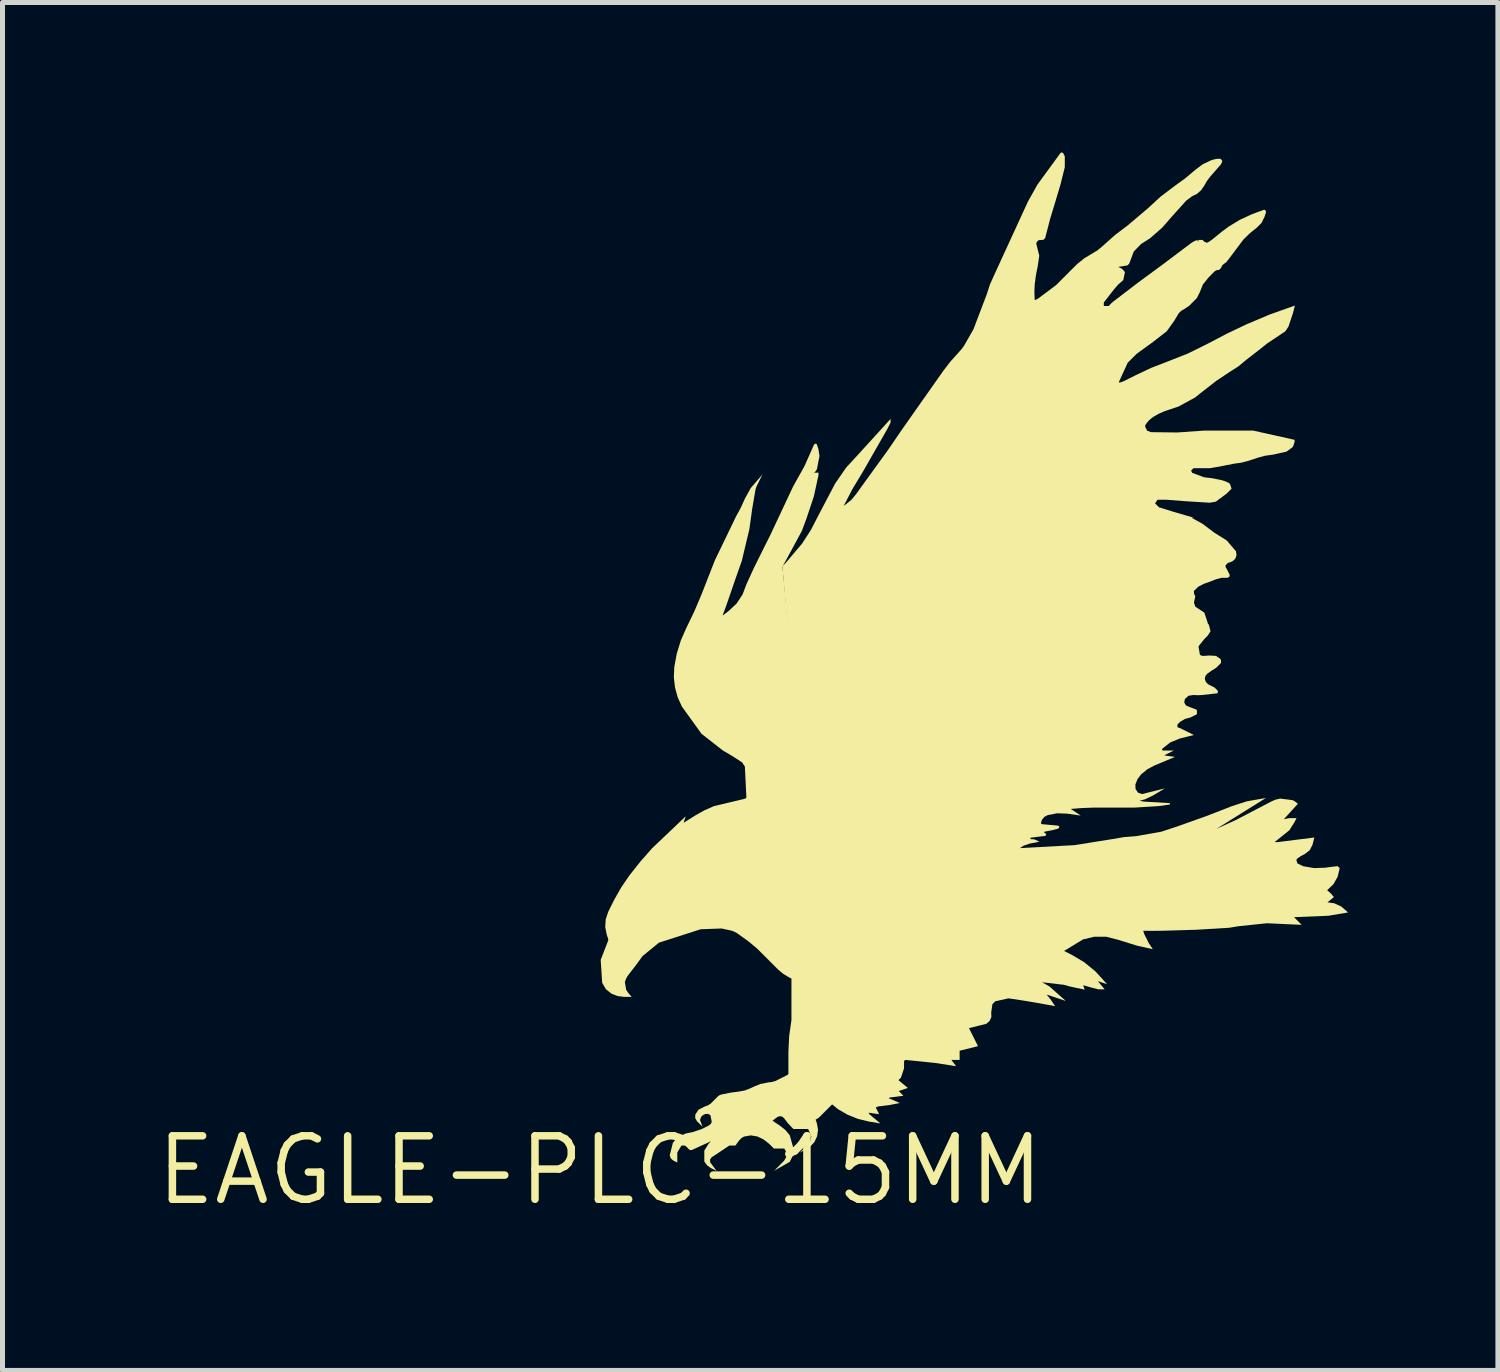
<source format=kicad_pcb>
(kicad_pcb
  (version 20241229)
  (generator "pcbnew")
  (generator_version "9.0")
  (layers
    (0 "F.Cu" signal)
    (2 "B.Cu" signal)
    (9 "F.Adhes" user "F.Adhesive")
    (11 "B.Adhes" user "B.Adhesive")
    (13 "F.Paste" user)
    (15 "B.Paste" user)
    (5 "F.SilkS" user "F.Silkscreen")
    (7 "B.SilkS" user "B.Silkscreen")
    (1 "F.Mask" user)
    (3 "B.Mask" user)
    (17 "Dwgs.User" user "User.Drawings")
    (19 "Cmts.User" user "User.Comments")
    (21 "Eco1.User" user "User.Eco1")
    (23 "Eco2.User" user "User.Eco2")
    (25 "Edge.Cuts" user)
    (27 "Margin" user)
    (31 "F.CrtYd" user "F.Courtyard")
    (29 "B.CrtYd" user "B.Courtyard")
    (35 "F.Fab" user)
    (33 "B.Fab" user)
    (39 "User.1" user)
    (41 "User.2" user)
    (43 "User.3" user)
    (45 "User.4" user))
  (footprint "EAGLE-PLC-15MM"
    (layer "F.Cu")
    (at 8.958 20.374)
    (property "Reference" "EAGLE-PLC-15MM" (at 0 0 0) (layer "F.SilkS") (effects (font (size 1.27 1.27) (thickness 0.15))))
    (fp_poly (pts (xy 0.695 -5.095) (xy 0.705 -5.096) (xy 0.737 -4.836) (xy 0.674 -4.736) (xy 0.576 -4.675) (xy 0.326 -4.675) (xy 0.283 -4.702) (xy 0.274 -4.715) (xy 0.251 -4.686) (xy 0.27 -4.723) (xy 0.256 -4.744) (xy 0.243 -4.825) (xy 0.256 -4.902) (xy 0.271 -4.9) (xy 0.26 -4.91) (xy 0.284 -4.937) (xy 0.304 -4.928) (xy 0.283 -4.959) (xy 0.317 -5.027) (xy 0.345 -5.075) (xy 0.381 -5.123) (xy 0.543 -5.187)) (stroke (width 0) (type solid)) (fill yes) (layer "F.SilkS"))
    (fp_poly (pts (xy 12.347 -6.839) (xy 12.351 -6.839) (xy 12.739 -7.017) (xy 13.43 -7.378) (xy 13.519 -7.418) (xy 13.616 -7.44) (xy 13.862 -7.409) (xy 13.914 -7.382) (xy 13.969 -7.336) (xy 13.689 -7.028) (xy 13.796 -7.049) (xy 13.942 -7.049) (xy 13.901 -6.967) (xy 13.798 -6.806) (xy 13.507 -6.572) (xy 13.506 -6.571) (xy 13.507 -6.568) (xy 13.556 -6.568) (xy 14.298 -6.661) (xy 14.263 -6.518) (xy 14.206 -6.406) (xy 14.106 -6.33) (xy 14.028 -6.289) (xy 13.959 -6.241) (xy 13.938 -6.213) (xy 13.96 -6.143) (xy 14.073 -6.087) (xy 14.293 -6.049) (xy 14.518 -6.057) (xy 14.637 -6.073) (xy 14.765 -6.088) (xy 14.806 -6.047) (xy 14.765 -5.875) (xy 14.681 -5.727) (xy 14.561 -5.612) (xy 14.558 -5.606) (xy 14.561 -5.601) (xy 14.625 -5.546) (xy 14.691 -5.469) (xy 14.56 -5.364) (xy 14.699 -5.344) (xy 14.837 -5.28) (xy 14.974 -5.161) (xy 14.581 -5.095) (xy 13.892 -5.067) (xy 14.046 -4.913) (xy 13.347 -4.945) (xy 12.778 -4.885) (xy 12.597 -4.855) (xy 11.935 -4.815) (xy 11.273 -4.795) (xy 11.062 -4.793) (xy 10.873 -4.794) (xy 10.896 -4.725) (xy 10.985 -4.547) (xy 11.015 -4.503) (xy 11.065 -4.426) (xy 10.758 -4.494) (xy 10.367 -4.615) (xy 10.132 -4.675) (xy 9.892 -4.675) (xy 9.666 -4.62) (xy 9.289 -4.39) (xy 9.446 -4.312) (xy 9.694 -4.164) (xy 9.918 -3.981) (xy 10.15 -3.725) (xy 9.965 -3.787) (xy 10.102 -3.622) (xy 9.978 -3.622) (xy 9.856 -3.653) (xy 9.672 -3.705) (xy 9.702 -3.617) (xy 9.526 -3.653) (xy 9.405 -3.68) (xy 9.286 -3.713) (xy 8.849 -3.764) (xy 8.997 -3.68) (xy 9.323 -3.39) (xy 8.941 -3.517) (xy 9.03 -3.406) (xy 9.11 -3.286) (xy 8.745 -3.352) (xy 8.46 -3.4) (xy 8.177 -3.442) (xy 7.913 -3.383) (xy 7.855 -3.325) (xy 7.831 -3.156) (xy 7.835 -3.072) (xy 7.8 -2.99) (xy 7.733 -2.932) (xy 7.386 -2.846) (xy 7.567 -2.485) (xy 7.199 -2.393) (xy 7.199 -2.209) (xy 7.034 -2.209) (xy 7.128 -2.084) (xy 6.702 -2.15) (xy 6.108 -2.209) (xy 6.087 -2.188) (xy 6.087 -2.104) (xy 6.086 -2.074) (xy 6.087 -2.042) (xy 6.025 -1.856) (xy 5.974 -1.805) (xy 6.163 -1.648) (xy 5.98 -1.587) (xy 6.074 -1.492) (xy 5.806 -1.458) (xy 5.777 -1.444) (xy 6.002 -1.347) (xy 5.804 -1.308) (xy 5.565 -1.278) (xy 5.521 -1.256) (xy 5.587 -1.123) (xy 5.377 -1.153) (xy 5.393 -1.122) (xy 5.613 -0.938) (xy 5.378 -0.977) (xy 5.165 -1.029) (xy 4.961 -1.11) (xy 4.771 -1.22) (xy 4.615 -1.345) (xy 4.162 -6.418) (xy 8.386 -6.448) (xy 9.497 -6.508) (xy 10.248 -6.628) (xy 10.488 -6.669) (xy 10.73 -6.688) (xy 11.239 -6.778) (xy 11.598 -6.898) (xy 12.127 -7.086) (xy 12.65 -7.289) (xy 12.947 -7.385) (xy 13.33 -7.453)) (stroke (width 0) (type solid)) (fill yes) (layer "F.SilkS"))
    (fp_poly (pts (xy 4.342 -14.527) (xy 4.369 -14.445) (xy 4.371 -14.445) (xy 4.394 -14.297) (xy 4.343 -14.032) (xy 4.303 -13.974) (xy 4.264 -13.947) (xy 4.295 -13.963) (xy 4.374 -13.963) (xy 4.374 -13.916) (xy 4.283 -13.493) (xy 4.132 -13.041) (xy 4.042 -12.799) (xy 3.936 -12.603) (xy 3.831 -12.408) (xy 3.653 -12.081) (xy 4.312 -5.246) (xy 4.312 -5.246) (xy 4.313 -5.233) (xy 4.315 -5.216) (xy 4.315 -5.216) (xy 4.645 -1.317) (xy 4.399 -1.071) (xy 4.355 -1.035) (xy 4.317 -1.015) (xy 4.343 -0.936) (xy 4.365 -0.81) (xy 4.347 -0.682) (xy 4.293 -0.566) (xy 4.205 -0.471) (xy 3.998 -0.352) (xy 4.167 -0.521) (xy 4.215 -0.593) (xy 4.231 -0.675) (xy 4.168 -0.827) (xy 3.872 -0.827) (xy 3.837 -0.862) (xy 3.757 -0.949) (xy 3.686 -1.042) (xy 3.648 -1.075) (xy 3.601 -1.084) (xy 3.554 -1.069) (xy 3.453 -0.993) (xy 3.616 -0.884) (xy 3.717 -0.801) (xy 3.801 -0.698) (xy 3.894 -0.359) (xy 3.799 -0.17) (xy 3.487 0.008) (xy 3.685 -0.19) (xy 3.732 -0.27) (xy 3.732 -0.361) (xy 3.689 -0.436) (xy 3.481 -0.436) (xy 3.387 -0.53) (xy 3.277 -0.617) (xy 3.152 -0.677) (xy 3.021 -0.699) (xy 2.89 -0.677) (xy 2.845 -0.655) (xy 2.807 -0.621) (xy 2.76 -0.564) (xy 2.713 -0.496) (xy 2.59 -0.496) (xy 2.323 -0.318) (xy 2.278 -0.288) (xy 2.235 -0.26) (xy 2.202 -0.212) (xy 2.209 -0.156) (xy 2.335 0.012) (xy 2.221 -0.045) (xy 2.22 -0.045) (xy 2.144 -0.1) (xy 2.089 -0.176) (xy 2.089 -0.395) (xy 2.172 -0.528) (xy 2.221 -0.583) (xy 2.171 -0.558) (xy 1.837 -0.406) (xy 1.797 -0.406) (xy 1.707 -0.496) (xy 1.632 -0.496) (xy 1.548 -0.357) (xy 1.548 -0.156) (xy 1.469 -0.196) (xy 1.467 -0.196) (xy 1.418 -0.239) (xy 1.397 -0.3) (xy 1.459 -0.548) (xy 1.516 -0.619) (xy 1.585 -0.674) (xy 1.718 -0.737) (xy 1.86 -0.766) (xy 2.038 -0.826) (xy 2.157 -0.885) (xy 2.208 -0.918) (xy 2.239 -0.965) (xy 2.211 -1.103) (xy 2.165 -1.13) (xy 2.108 -1.127) (xy 2.064 -1.106) (xy 2.027 -1.073) (xy 2.002 -1.007) (xy 2.053 -0.873) (xy 1.942 -0.983) (xy 1.907 -1.044) (xy 1.909 -1.117) (xy 1.974 -1.214) (xy 2.098 -1.277) (xy 2.161 -1.299) (xy 2.215 -1.334) (xy 2.274 -1.393) (xy 2.366 -1.485) (xy 2.397 -1.505) (xy 2.431 -1.517) (xy 2.612 -1.554) (xy 2.793 -1.578) (xy 2.899 -1.598) (xy 3 -1.637) (xy 3.104 -1.685) (xy 3.212 -1.728) (xy 3.364 -1.758) (xy 3.44 -1.768) (xy 3.512 -1.788) (xy 3.749 -1.906) (xy 3.772 -1.93) (xy 3.772 -2.375) (xy 3.788 -2.693) (xy 3.833 -3.007) (xy 3.833 -3.838) (xy 3.78 -3.865) (xy 3.668 -3.933) (xy 3.567 -4.017) (xy 3.356 -4.228) (xy 3.146 -4.438) (xy 2.967 -4.587) (xy 2.862 -4.662) (xy 2.757 -4.737) (xy 2.701 -4.771) (xy 2.641 -4.795) (xy 2.436 -4.84) (xy 2.017 -4.825) (xy 1.18 -4.556) (xy 0.853 -4.288) (xy 0.721 -4.107) (xy 0.583 -3.929) (xy 0.552 -3.886) (xy 0.525 -3.841) (xy 0.499 -3.768) (xy 0.525 -3.613) (xy 0.564 -3.553) (xy 0.634 -3.472) (xy 0.48 -3.472) (xy 0.353 -3.488) (xy 0.233 -3.534) (xy 0.119 -3.625) (xy 0.045 -3.753) (xy 0.015 -4.211) (xy 0.166 -4.602) (xy 0.166 -4.627) (xy 0.136 -4.717) (xy 0.136 -4.718) (xy 0.106 -4.87) (xy 0.116 -5.027) (xy 0.167 -5.176) (xy 0.227 -5.298) (xy 0.287 -5.418) (xy 0.428 -5.666) (xy 0.589 -5.901) (xy 0.808 -6.178) (xy 1.041 -6.443) (xy 1.717 -7.086) (xy 1.674 -6.959) (xy 1.679 -6.959) (xy 1.916 -7.107) (xy 2.093 -7.206) (xy 2.28 -7.289) (xy 2.908 -7.439) (xy 2.931 -7.461) (xy 2.901 -8.081) (xy 2.845 -8.165) (xy 2.655 -8.288) (xy 2.457 -8.405) (xy 2.033 -8.737) (xy 1.639 -9.284) (xy 1.639 -9.285) (xy 1.556 -9.468) (xy 1.502 -9.665) (xy 1.479 -9.868) (xy 1.488 -10.072) (xy 1.538 -10.343) (xy 1.619 -10.606) (xy 1.73 -10.858) (xy 1.888 -11.185) (xy 2.03 -11.519) (xy 2.301 -12.211) (xy 2.722 -13.083) (xy 2.818 -13.26) (xy 2.902 -13.444) (xy 3.018 -13.655) (xy 3.253 -13.928) (xy 3.14 -13.701) (xy 3.122 -13.659) (xy 3.111 -13.614) (xy 3.045 -13.225) (xy 2.991 -12.833) (xy 2.84 -12.2) (xy 2.718 -11.854) (xy 2.599 -11.508) (xy 2.526 -11.297) (xy 2.456 -11.107) (xy 2.46 -11.107) (xy 2.575 -11.194) (xy 2.734 -11.343) (xy 2.854 -11.524) (xy 2.932 -11.729) (xy 3.083 -12.06) (xy 3.413 -12.722) (xy 3.865 -13.684) (xy 4.094 -14.095) (xy 4.285 -14.525) (xy 4.299 -14.519) (xy 4.288 -14.529) (xy 4.301 -14.543) (xy 4.326 -14.543)) (stroke (width 0) (type solid)) (fill yes) (layer "F.SilkS"))
    (fp_poly (pts (xy 10.06 -18.498) (xy 10.308 -18.719) (xy 10.572 -18.92) (xy 10.962 -19.25) (xy 11.222 -19.489) (xy 11.504 -19.702) (xy 11.72 -19.859) (xy 11.925 -20.032) (xy 12.068 -20.138) (xy 12.229 -20.214) (xy 12.29 -20.233) (xy 12.353 -20.245) (xy 12.421 -20.245) (xy 12.455 -20.211) (xy 12.445 -20.2) (xy 12.458 -20.194) (xy 12.427 -20.132) (xy 12.216 -19.89) (xy 12.151 -19.805) (xy 12.097 -19.711) (xy 12.035 -19.619) (xy 11.95 -19.544) (xy 11.852 -19.496) (xy 11.734 -19.408) (xy 11.464 -19.108) (xy 11.253 -18.867) (xy 11.011 -18.655) (xy 10.83 -18.54) (xy 10.684 -18.389) (xy 10.594 -18.148) (xy 10.558 -18.112) (xy 10.377 -18.082) (xy 10.376 -18.081) (xy 10.379 -18.079) (xy 10.449 -18.045) (xy 10.512 -17.975) (xy 10.505 -17.968) (xy 10.475 -17.818) (xy 10.375 -17.731) (xy 10.292 -17.636) (xy 10.085 -17.37) (xy 10.085 -17.299) (xy 10.184 -17.299) (xy 10.223 -17.343) (xy 10.271 -17.386) (xy 10.783 -17.777) (xy 11.234 -18.108) (xy 11.835 -18.56) (xy 11.894 -18.596) (xy 11.958 -18.621) (xy 11.964 -18.607) (xy 11.964 -18.592) (xy 11.979 -18.592) (xy 11.979 -18.622) (xy 12.06 -18.622) (xy 12.093 -18.59) (xy 12.145 -18.564) (xy 12.169 -18.574) (xy 12.197 -18.59) (xy 12.257 -18.632) (xy 12.315 -18.679) (xy 12.448 -18.788) (xy 12.587 -18.89) (xy 12.807 -19.024) (xy 13.04 -19.132) (xy 13.161 -19.178) (xy 13.284 -19.223) (xy 13.314 -19.223) (xy 13.333 -19.179) (xy 13.301 -19.082) (xy 13.241 -18.962) (xy 13.146 -18.867) (xy 13.005 -18.753) (xy 12.877 -18.627) (xy 12.607 -18.267) (xy 12.54 -18.181) (xy 12.457 -18.116) (xy 12.43 -18.062) (xy 12.43 -18.06) (xy 12.392 -18.022) (xy 12.341 -18.016) (xy 12.304 -17.994) (xy 12.178 -17.867) (xy 12.067 -17.728) (xy 12.008 -17.579) (xy 11.946 -17.456) (xy 11.869 -17.379) (xy 11.793 -17.303) (xy 11.701 -17.242) (xy 11.637 -17.205) (xy 11.585 -17.155) (xy 11.496 -17.006) (xy 11.344 -16.793) (xy 11.071 -16.581) (xy 10.741 -16.341) (xy 10.563 -16.163) (xy 10.387 -15.78) (xy 10.39 -15.771) (xy 10.401 -15.767) (xy 10.442 -15.778) (xy 10.485 -15.795) (xy 10.605 -15.855) (xy 10.725 -15.915) (xy 11.036 -16.062) (xy 11.357 -16.186) (xy 11.77 -16.349) (xy 12.168 -16.546) (xy 12.555 -16.749) (xy 12.95 -16.937) (xy 13.411 -17.131) (xy 13.909 -17.308) (xy 13.872 -17.16) (xy 13.781 -16.887) (xy 13.718 -16.793) (xy 13.626 -16.731) (xy 13.356 -16.551) (xy 13.206 -16.431) (xy 12.935 -16.221) (xy 12.777 -16.09) (xy 12.603 -15.979) (xy 12.333 -15.799) (xy 12.199 -15.694) (xy 12.063 -15.589) (xy 11.912 -15.468) (xy 11.579 -15.287) (xy 11.308 -15.196) (xy 11.186 -15.144) (xy 11.071 -15.078) (xy 10.99 -15.012) (xy 10.925 -14.933) (xy 10.91 -14.888) (xy 10.953 -14.802) (xy 11.035 -14.774) (xy 11.558 -14.768) (xy 12.084 -14.805) (xy 13.078 -14.805) (xy 13.903 -14.621) (xy 13.903 -14.577) (xy 13.87 -14.48) (xy 13.744 -14.385) (xy 13.47 -14.324) (xy 13.318 -14.303) (xy 13.171 -14.264) (xy 13.081 -14.234) (xy 12.99 -14.204) (xy 12.841 -14.164) (xy 12.688 -14.143) (xy 12.387 -14.083) (xy 12.206 -14.053) (xy 12.039 -14.053) (xy 11.88 -14.053) (xy 11.832 -14.005) (xy 11.854 -13.96) (xy 12.088 -13.872) (xy 12.268 -13.85) (xy 12.449 -13.812) (xy 12.528 -13.786) (xy 12.602 -13.751) (xy 12.595 -13.738) (xy 12.609 -13.742) (xy 12.642 -13.643) (xy 12.545 -13.546) (xy 12.424 -13.455) (xy 12.326 -13.383) (xy 12.205 -13.362) (xy 11.722 -13.392) (xy 11.332 -13.422) (xy 11.16 -13.422) (xy 11.111 -13.349) (xy 11.19 -13.27) (xy 11.487 -13.178) (xy 11.889 -13.061) (xy 11.842 -13.061) (xy 12.062 -12.939) (xy 12.303 -12.758) (xy 12.545 -12.607) (xy 12.722 -12.4) (xy 12.728 -12.401) (xy 12.742 -12.316) (xy 12.718 -12.243) (xy 12.664 -12.192) (xy 12.616 -12.171) (xy 12.573 -12.161) (xy 12.521 -12.109) (xy 12.524 -12.07) (xy 12.548 -12.031) (xy 12.609 -11.91) (xy 12.595 -11.904) (xy 12.606 -11.893) (xy 12.576 -11.863) (xy 12.565 -11.874) (xy 12.565 -11.859) (xy 12.445 -11.86) (xy 12.329 -11.829) (xy 12.21 -11.782) (xy 12.09 -11.74) (xy 11.977 -11.682) (xy 11.889 -11.597) (xy 11.889 -11.546) (xy 11.916 -11.487) (xy 11.889 -11.364) (xy 11.916 -11.282) (xy 12.097 -11.162) (xy 12.159 -10.976) (xy 12.166 -10.945) (xy 12.188 -10.919) (xy 12.221 -10.789) (xy 12.164 -10.701) (xy 12.095 -10.632) (xy 11.98 -10.487) (xy 12.008 -10.32) (xy 12.04 -10.3) (xy 12.084 -10.296) (xy 12.204 -10.304) (xy 12.34 -10.295) (xy 12.34 -10.289) (xy 12.423 -10.233) (xy 12.415 -10.22) (xy 12.43 -10.22) (xy 12.43 -10.154) (xy 12.334 -10.058) (xy 12.241 -10) (xy 12.155 -9.939) (xy 12.117 -9.892) (xy 12.107 -9.834) (xy 12.127 -9.777) (xy 12.152 -9.747) (xy 12.183 -9.722) (xy 12.303 -9.662) (xy 12.365 -9.6) (xy 12.355 -9.589) (xy 12.37 -9.589) (xy 12.369 -9.566) (xy 12.348 -9.545) (xy 12.326 -9.544) (xy 12.055 -9.514) (xy 11.964 -9.509) (xy 11.875 -9.514) (xy 11.777 -9.497) (xy 11.707 -9.431) (xy 11.695 -9.361) (xy 11.733 -9.301) (xy 11.879 -9.243) (xy 11.913 -9.232) (xy 11.924 -9.225) (xy 11.952 -9.213) (xy 11.939 -9.213) (xy 11.949 -9.206) (xy 11.949 -9.129) (xy 11.819 -9.064) (xy 11.708 -9.034) (xy 11.612 -8.976) (xy 11.558 -8.922) (xy 11.558 -8.875) (xy 11.577 -8.86) (xy 11.608 -8.852) (xy 11.887 -8.713) (xy 11.608 -8.643) (xy 11.415 -8.565) (xy 11.255 -8.438) (xy 11.249 -8.421) (xy 11.256 -8.408) (xy 11.275 -8.402) (xy 11.487 -8.402) (xy 11.292 -8.305) (xy 11.509 -8.274) (xy 11.099 -8.103) (xy 10.957 -8.027) (xy 10.832 -7.925) (xy 10.76 -7.831) (xy 10.717 -7.723) (xy 10.72 -7.631) (xy 10.771 -7.558) (xy 10.852 -7.531) (xy 11.306 -7.644) (xy 11.069 -7.502) (xy 10.908 -7.425) (xy 10.799 -7.397) (xy 10.884 -7.38) (xy 11.407 -7.349) (xy 11.409 -7.322) (xy 11.184 -7.29) (xy 10.702 -7.26) (xy 9.89 -7.26) (xy 9.635 -7.25) (xy 9.423 -7.233) (xy 9.623 -7.1) (xy 9.347 -7.139) (xy 9.153 -7.146) (xy 8.963 -7.11) (xy 8.895 -7.074) (xy 8.846 -7.015) (xy 8.825 -6.948) (xy 8.844 -6.928) (xy 9.17 -6.899) (xy 9.168 -6.884) (xy 9.178 -6.895) (xy 9.197 -6.879) (xy 9.179 -6.841) (xy 9.038 -6.804) (xy 8.905 -6.78) (xy 8.889 -6.763) (xy 8.906 -6.747) (xy 8.921 -6.742) (xy 8.933 -6.714) (xy 8.903 -6.688) (xy 8.883 -6.689) (xy 8.869 -6.688) (xy 8.632 -6.659) (xy 8.618 -6.652) (xy 8.613 -6.642) (xy 8.617 -6.633) (xy 8.63 -6.628) (xy 8.694 -6.624) (xy 8.796 -6.578) (xy 8.601 -6.539) (xy 8.476 -6.496) (xy 8.361 -6.418) (xy 4.135 -6.388) (xy 3.652 -12.09) (xy 3.716 -12.155) (xy 4.046 -12.544) (xy 4.224 -12.82) (xy 4.375 -13.113) (xy 4.707 -13.745) (xy 4.927 -14.064) (xy 5.189 -14.349) (xy 5.817 -15.039) (xy 5.817 -14.966) (xy 5.755 -14.843) (xy 5.273 -14) (xy 5.051 -13.631) (xy 4.88 -13.301) (xy 4.921 -13.329) (xy 5.035 -13.422) (xy 5.128 -13.536) (xy 5.519 -14.077) (xy 5.759 -14.408) (xy 6.027 -14.8) (xy 6.3 -15.189) (xy 6.872 -16.001) (xy 7.015 -16.188) (xy 7.173 -16.363) (xy 7.237 -16.434) (xy 7.292 -16.511) (xy 7.476 -16.834) (xy 7.741 -17.53) (xy 7.806 -17.73) (xy 7.892 -17.922) (xy 8.403 -19.034) (xy 8.403 -19.034) (xy 8.566 -19.389) (xy 8.757 -19.73) (xy 9.219 -20.363) (xy 9.243 -20.374) (xy 9.27 -20.362) (xy 9.304 -20.294) (xy 9.304 -20.078) (xy 9.221 -19.743) (xy 9.123 -19.414) (xy 9.01 -19.041) (xy 8.911 -18.659) (xy 8.875 -18.623) (xy 8.853 -18.62) (xy 8.837 -18.622) (xy 8.787 -18.619) (xy 8.749 -18.591) (xy 8.733 -18.546) (xy 8.762 -18.43) (xy 8.762 -18.43) (xy 8.793 -18.307) (xy 8.762 -18.094) (xy 8.726 -17.914) (xy 8.702 -17.734) (xy 8.695 -17.57) (xy 8.702 -17.42) (xy 8.714 -17.42) (xy 8.77 -17.448) (xy 9.129 -17.717) (xy 9.549 -18.137) (xy 9.694 -18.254) (xy 9.852 -18.349) (xy 9.962 -18.416)) (stroke (width 0) (type solid)) (fill yes) (layer "F.SilkS")))
  (gr_rect
    (start -3 -3)
    (end 26.931 24.38)
    (stroke (width 0.1) (type default))
    (fill no)
    (layer "Edge.Cuts")))
</source>
